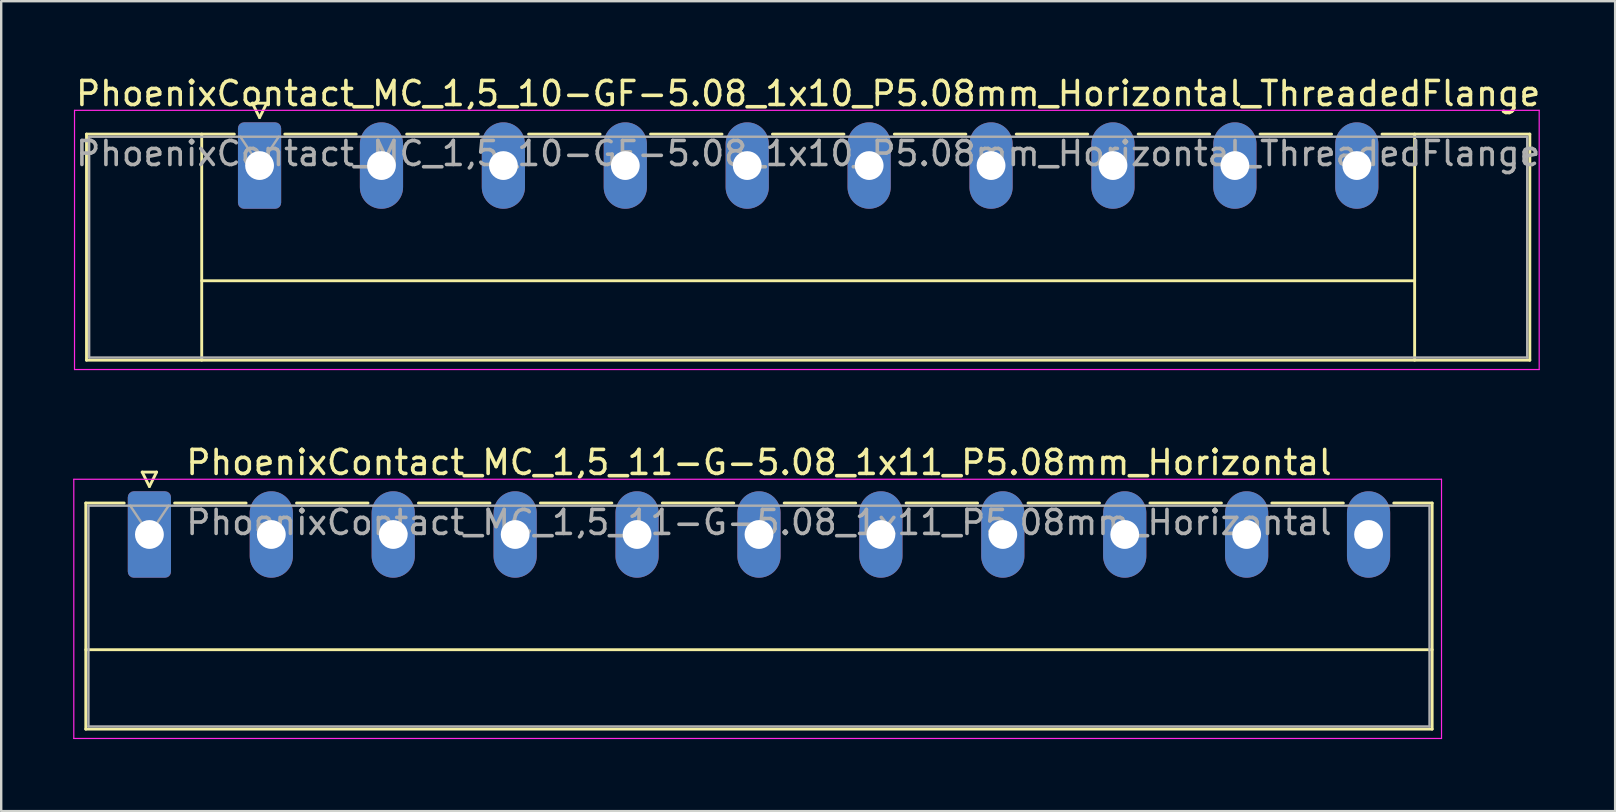
<source format=kicad_pcb>
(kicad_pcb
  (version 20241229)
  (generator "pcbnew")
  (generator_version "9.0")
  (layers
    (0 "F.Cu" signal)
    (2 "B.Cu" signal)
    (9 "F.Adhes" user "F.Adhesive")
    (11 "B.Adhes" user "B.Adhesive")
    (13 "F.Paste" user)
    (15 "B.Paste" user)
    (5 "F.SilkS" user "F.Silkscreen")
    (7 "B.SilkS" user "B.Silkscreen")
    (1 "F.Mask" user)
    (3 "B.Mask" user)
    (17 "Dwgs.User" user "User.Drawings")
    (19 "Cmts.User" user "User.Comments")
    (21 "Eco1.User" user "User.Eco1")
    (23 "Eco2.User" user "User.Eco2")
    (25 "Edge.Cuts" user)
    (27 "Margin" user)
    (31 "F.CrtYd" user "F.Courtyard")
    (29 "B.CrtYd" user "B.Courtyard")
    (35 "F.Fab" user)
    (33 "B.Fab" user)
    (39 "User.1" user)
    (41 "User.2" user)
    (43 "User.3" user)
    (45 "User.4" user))
  (footprint "PhoenixContact_MC_1,5_11-G-5.08_1x11_P5.08mm_Horizontal"
    (layer "F.Cu")
    (at 3.175 19.221)
    (property "Reference" "PhoenixContact_MC_1,5_11-G-5.08_1x11_P5.08mm_Horizontal" (at 25.4 -3 0) (layer "F.SilkS") (effects (font (size 1 1) (thickness 0.15))))
    (attr through_hole)
    (fp_line (start -2.65 -1.31) (end -2.65 8.11) (stroke (width 0.12) (type solid)) (layer "F.SilkS"))
    (fp_line (start -2.65 -1.31) (end -1.05 -1.31) (stroke (width 0.12) (type solid)) (layer "F.SilkS"))
    (fp_line (start -2.65 4.8) (end 53.45 4.8) (stroke (width 0.12) (type solid)) (layer "F.SilkS"))
    (fp_line (start -2.65 8.11) (end 53.45 8.11) (stroke (width 0.12) (type solid)) (layer "F.SilkS"))
    (fp_line (start -0.3 -2.6) (end 0.3 -2.6) (stroke (width 0.12) (type solid)) (layer "F.SilkS"))
    (fp_line (start 0 -2) (end -0.3 -2.6) (stroke (width 0.12) (type solid)) (layer "F.SilkS"))
    (fp_line (start 0.3 -2.6) (end 0 -2) (stroke (width 0.12) (type solid)) (layer "F.SilkS"))
    (fp_line (start 1.05 -1.31) (end 4.03 -1.31) (stroke (width 0.12) (type solid)) (layer "F.SilkS"))
    (fp_line (start 6.13 -1.31) (end 9.11 -1.31) (stroke (width 0.12) (type solid)) (layer "F.SilkS"))
    (fp_line (start 11.21 -1.31) (end 14.19 -1.31) (stroke (width 0.12) (type solid)) (layer "F.SilkS"))
    (fp_line (start 16.29 -1.31) (end 19.27 -1.31) (stroke (width 0.12) (type solid)) (layer "F.SilkS"))
    (fp_line (start 21.37 -1.31) (end 24.35 -1.31) (stroke (width 0.12) (type solid)) (layer "F.SilkS"))
    (fp_line (start 26.45 -1.31) (end 29.43 -1.31) (stroke (width 0.12) (type solid)) (layer "F.SilkS"))
    (fp_line (start 31.53 -1.31) (end 34.51 -1.31) (stroke (width 0.12) (type solid)) (layer "F.SilkS"))
    (fp_line (start 36.61 -1.31) (end 39.59 -1.31) (stroke (width 0.12) (type solid)) (layer "F.SilkS"))
    (fp_line (start 41.69 -1.31) (end 44.67 -1.31) (stroke (width 0.12) (type solid)) (layer "F.SilkS"))
    (fp_line (start 46.77 -1.31) (end 49.75 -1.31) (stroke (width 0.12) (type solid)) (layer "F.SilkS"))
    (fp_line (start 53.45 -1.31) (end 51.85 -1.31) (stroke (width 0.12) (type solid)) (layer "F.SilkS"))
    (fp_line (start 53.45 8.11) (end 53.45 -1.31) (stroke (width 0.12) (type solid)) (layer "F.SilkS"))
    (fp_line (start -3.15 -2.3) (end -3.15 8.5) (stroke (width 0.05) (type solid)) (layer "F.CrtYd"))
    (fp_line (start -3.15 8.5) (end 53.84 8.5) (stroke (width 0.05) (type solid)) (layer "F.CrtYd"))
    (fp_line (start 53.84 -2.3) (end -3.15 -2.3) (stroke (width 0.05) (type solid)) (layer "F.CrtYd"))
    (fp_line (start 53.84 8.5) (end 53.84 -2.3) (stroke (width 0.05) (type solid)) (layer "F.CrtYd"))
    (fp_line (start -2.54 -1.2) (end -2.54 8) (stroke (width 0.1) (type solid)) (layer "F.Fab"))
    (fp_line (start -2.54 8) (end 53.34 8) (stroke (width 0.1) (type solid)) (layer "F.Fab"))
    (fp_line (start 0 0) (end -0.8 -1.2) (stroke (width 0.1) (type solid)) (layer "F.Fab"))
    (fp_line (start 0.8 -1.2) (end 0 0) (stroke (width 0.1) (type solid)) (layer "F.Fab"))
    (fp_line (start 53.34 -1.2) (end -2.54 -1.2) (stroke (width 0.1) (type solid)) (layer "F.Fab"))
    (fp_line (start 53.34 8) (end 53.34 -1.2) (stroke (width 0.1) (type solid)) (layer "F.Fab"))
    (fp_text user "${REFERENCE}" (at 25.4 -0.5 0) (layer "F.Fab") (effects (font (size 1 1) (thickness 0.15))))
    (pad "1" thru_hole roundrect (at 0 0) (size 1.8 3.6) (drill 1.2) (layers "*.Cu" "*.Mask") (roundrect_rratio 0.139))
    (pad "2" thru_hole oval (at 5.08 0) (size 1.8 3.6) (drill 1.2) (layers "*.Cu" "*.Mask"))
    (pad "3" thru_hole oval (at 10.16 0) (size 1.8 3.6) (drill 1.2) (layers "*.Cu" "*.Mask"))
    (pad "4" thru_hole oval (at 15.24 0) (size 1.8 3.6) (drill 1.2) (layers "*.Cu" "*.Mask"))
    (pad "5" thru_hole oval (at 20.32 0) (size 1.8 3.6) (drill 1.2) (layers "*.Cu" "*.Mask"))
    (pad "6" thru_hole oval (at 25.4 0) (size 1.8 3.6) (drill 1.2) (layers "*.Cu" "*.Mask"))
    (pad "7" thru_hole oval (at 30.48 0) (size 1.8 3.6) (drill 1.2) (layers "*.Cu" "*.Mask"))
    (pad "8" thru_hole oval (at 35.56 0) (size 1.8 3.6) (drill 1.2) (layers "*.Cu" "*.Mask"))
    (pad "9" thru_hole oval (at 40.64 0) (size 1.8 3.6) (drill 1.2) (layers "*.Cu" "*.Mask"))
    (pad "10" thru_hole oval (at 45.72 0) (size 1.8 3.6) (drill 1.2) (layers "*.Cu" "*.Mask"))
    (pad "11" thru_hole oval (at 50.8 0) (size 1.8 3.6) (drill 1.2) (layers "*.Cu" "*.Mask")))
  (footprint "PhoenixContact_MC_1,5_10-GF-5.08_1x10_P5.08mm_Horizontal_ThreadedFlange"
    (layer "F.Cu")
    (at 7.765 3.848)
    (property "Reference" "PhoenixContact_MC_1,5_10-GF-5.08_1x10_P5.08mm_Horizontal_ThreadedFlange" (at 22.86 -3 0) (layer "F.SilkS") (effects (font (size 1 1) (thickness 0.15))))
    (attr through_hole)
    (fp_line (start -7.21 -1.31) (end -7.21 8.11) (stroke (width 0.12) (type solid)) (layer "F.SilkS"))
    (fp_line (start -7.21 -1.31) (end -1.05 -1.31) (stroke (width 0.12) (type solid)) (layer "F.SilkS"))
    (fp_line (start -7.21 8.11) (end 52.93 8.11) (stroke (width 0.12) (type solid)) (layer "F.SilkS"))
    (fp_line (start -2.41 -1.31) (end -2.41 8.11) (stroke (width 0.12) (type solid)) (layer "F.SilkS"))
    (fp_line (start -2.41 4.8) (end 48.13 4.8) (stroke (width 0.12) (type solid)) (layer "F.SilkS"))
    (fp_line (start -0.3 -2.6) (end 0.3 -2.6) (stroke (width 0.12) (type solid)) (layer "F.SilkS"))
    (fp_line (start 0 -2) (end -0.3 -2.6) (stroke (width 0.12) (type solid)) (layer "F.SilkS"))
    (fp_line (start 0.3 -2.6) (end 0 -2) (stroke (width 0.12) (type solid)) (layer "F.SilkS"))
    (fp_line (start 1.05 -1.31) (end 4.03 -1.31) (stroke (width 0.12) (type solid)) (layer "F.SilkS"))
    (fp_line (start 6.13 -1.31) (end 9.11 -1.31) (stroke (width 0.12) (type solid)) (layer "F.SilkS"))
    (fp_line (start 11.21 -1.31) (end 14.19 -1.31) (stroke (width 0.12) (type solid)) (layer "F.SilkS"))
    (fp_line (start 16.29 -1.31) (end 19.27 -1.31) (stroke (width 0.12) (type solid)) (layer "F.SilkS"))
    (fp_line (start 21.37 -1.31) (end 24.35 -1.31) (stroke (width 0.12) (type solid)) (layer "F.SilkS"))
    (fp_line (start 26.45 -1.31) (end 29.43 -1.31) (stroke (width 0.12) (type solid)) (layer "F.SilkS"))
    (fp_line (start 31.53 -1.31) (end 34.51 -1.31) (stroke (width 0.12) (type solid)) (layer "F.SilkS"))
    (fp_line (start 36.61 -1.31) (end 39.59 -1.31) (stroke (width 0.12) (type solid)) (layer "F.SilkS"))
    (fp_line (start 41.69 -1.31) (end 44.67 -1.31) (stroke (width 0.12) (type solid)) (layer "F.SilkS"))
    (fp_line (start 48.13 -1.31) (end 48.13 8.11) (stroke (width 0.12) (type solid)) (layer "F.SilkS"))
    (fp_line (start 52.93 -1.31) (end 46.77 -1.31) (stroke (width 0.12) (type solid)) (layer "F.SilkS"))
    (fp_line (start 52.93 8.11) (end 52.93 -1.31) (stroke (width 0.12) (type solid)) (layer "F.SilkS"))
    (fp_line (start -7.71 -2.3) (end -7.71 8.5) (stroke (width 0.05) (type solid)) (layer "F.CrtYd"))
    (fp_line (start -7.71 8.5) (end 53.32 8.5) (stroke (width 0.05) (type solid)) (layer "F.CrtYd"))
    (fp_line (start 53.32 -2.3) (end -7.71 -2.3) (stroke (width 0.05) (type solid)) (layer "F.CrtYd"))
    (fp_line (start 53.32 8.5) (end 53.32 -2.3) (stroke (width 0.05) (type solid)) (layer "F.CrtYd"))
    (fp_line (start -7.1 -1.2) (end -7.1 8) (stroke (width 0.1) (type solid)) (layer "F.Fab"))
    (fp_line (start -7.1 8) (end 52.82 8) (stroke (width 0.1) (type solid)) (layer "F.Fab"))
    (fp_line (start 0 0) (end -0.8 -1.2) (stroke (width 0.1) (type solid)) (layer "F.Fab"))
    (fp_line (start 0.8 -1.2) (end 0 0) (stroke (width 0.1) (type solid)) (layer "F.Fab"))
    (fp_line (start 52.82 -1.2) (end -7.1 -1.2) (stroke (width 0.1) (type solid)) (layer "F.Fab"))
    (fp_line (start 52.82 8) (end 52.82 -1.2) (stroke (width 0.1) (type solid)) (layer "F.Fab"))
    (fp_text user "${REFERENCE}" (at 22.86 -0.5 0) (layer "F.Fab") (effects (font (size 1 1) (thickness 0.15))))
    (pad "1" thru_hole roundrect (at 0 0) (size 1.8 3.6) (drill 1.2) (layers "*.Cu" "*.Mask") (roundrect_rratio 0.139))
    (pad "2" thru_hole oval (at 5.08 0) (size 1.8 3.6) (drill 1.2) (layers "*.Cu" "*.Mask"))
    (pad "3" thru_hole oval (at 10.16 0) (size 1.8 3.6) (drill 1.2) (layers "*.Cu" "*.Mask"))
    (pad "4" thru_hole oval (at 15.24 0) (size 1.8 3.6) (drill 1.2) (layers "*.Cu" "*.Mask"))
    (pad "5" thru_hole oval (at 20.32 0) (size 1.8 3.6) (drill 1.2) (layers "*.Cu" "*.Mask"))
    (pad "6" thru_hole oval (at 25.4 0) (size 1.8 3.6) (drill 1.2) (layers "*.Cu" "*.Mask"))
    (pad "7" thru_hole oval (at 30.48 0) (size 1.8 3.6) (drill 1.2) (layers "*.Cu" "*.Mask"))
    (pad "8" thru_hole oval (at 35.56 0) (size 1.8 3.6) (drill 1.2) (layers "*.Cu" "*.Mask"))
    (pad "9" thru_hole oval (at 40.64 0) (size 1.8 3.6) (drill 1.2) (layers "*.Cu" "*.Mask"))
    (pad "10" thru_hole oval (at 45.72 0) (size 1.8 3.6) (drill 1.2) (layers "*.Cu" "*.Mask")))
  (gr_rect
    (start -3 -3)
    (end 64.25 30.747)
    (stroke (width 0.1) (type default))
    (fill no)
    (layer "Edge.Cuts")))
</source>
